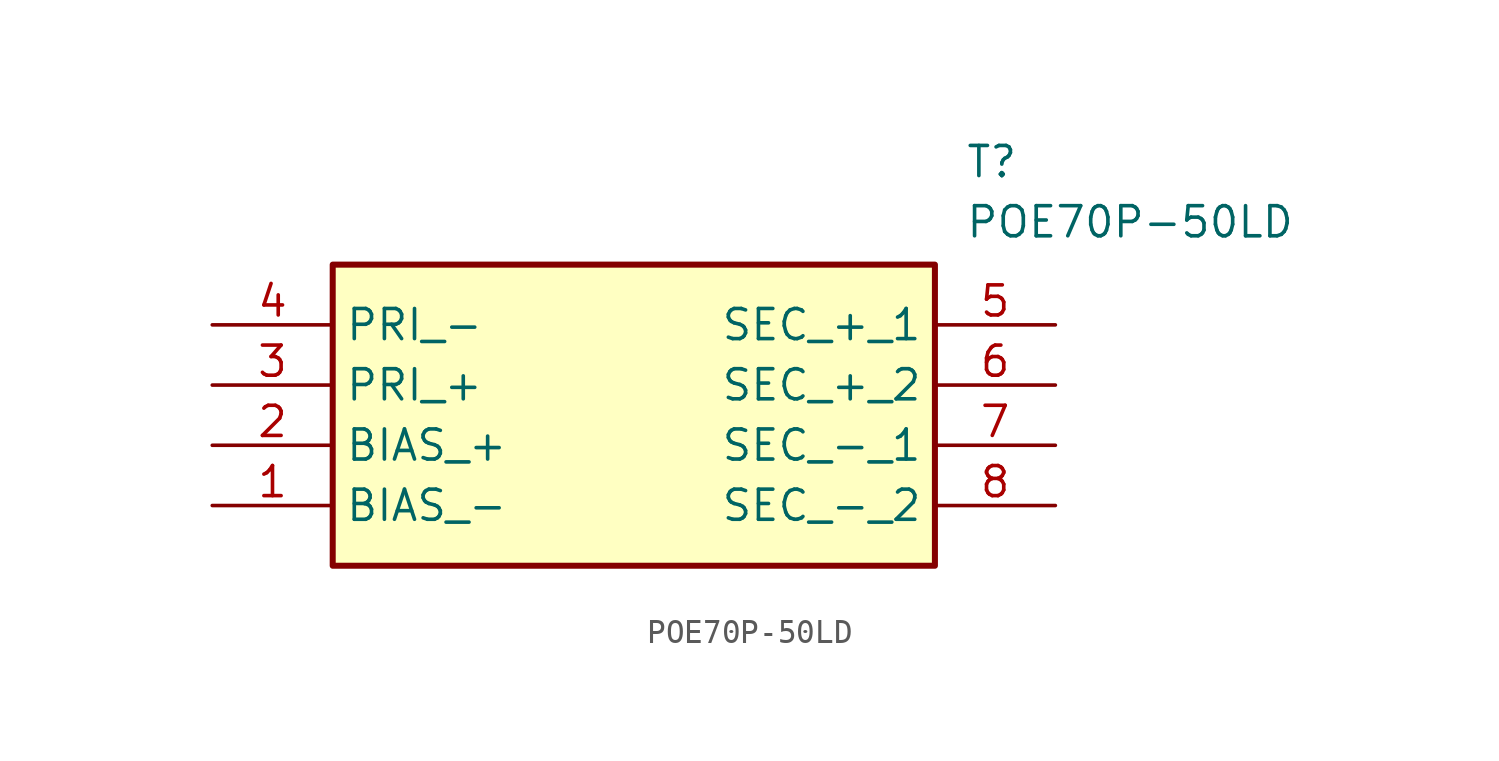
<source format=kicad_sym>
(kicad_symbol_lib
  (version 20220914)
  (generator SamacSys_ECAD_Model)
  (symbol "POE70P-50LD"
    (property "Reference" "T"
      (at 31.75 7.62 0)
      (effects (font (size 1.27 1.27)) (justify left top)))
    (property "Value" "POE70P-50LD"
      (at 31.75 5.08 0)
      (effects (font (size 1.27 1.27)) (justify left top)))
    (rectangle
      (start 5.08 2.54)
      (end 30.48 -10.16)
      (stroke (width 0.254) (type default))
      (fill (type background)))
    (pin passive line
      (at 0 -7.62 0)
      (length 5.08)
      (name "BIAS_-" (effects (font (size 1.27 1.27))))
      (number "1" (effects (font (size 1.27 1.27)))))
    (pin passive line
      (at 0 -5.08 0)
      (length 5.08)
      (name "BIAS_+" (effects (font (size 1.27 1.27))))
      (number "2" (effects (font (size 1.27 1.27)))))
    (pin passive line
      (at 0 -2.54 0)
      (length 5.08)
      (name "PRI_+" (effects (font (size 1.27 1.27))))
      (number "3" (effects (font (size 1.27 1.27)))))
    (pin passive line
      (at 0 0 0)
      (length 5.08)
      (name "PRI_-" (effects (font (size 1.27 1.27))))
      (number "4" (effects (font (size 1.27 1.27)))))
    (pin passive line
      (at 35.56 0 180)
      (length 5.08)
      (name "SEC_+_1" (effects (font (size 1.27 1.27))))
      (number "5" (effects (font (size 1.27 1.27)))))
    (pin passive line
      (at 35.56 -2.54 180)
      (length 5.08)
      (name "SEC_+_2" (effects (font (size 1.27 1.27))))
      (number "6" (effects (font (size 1.27 1.27)))))
    (pin passive line
      (at 35.56 -5.08 180)
      (length 5.08)
      (name "SEC_-_1" (effects (font (size 1.27 1.27))))
      (number "7" (effects (font (size 1.27 1.27)))))
    (pin passive line
      (at 35.56 -7.62 180)
      (length 5.08)
      (name "SEC_-_2" (effects (font (size 1.27 1.27))))
      (number "8" (effects (font (size 1.27 1.27)))))))
</source>
